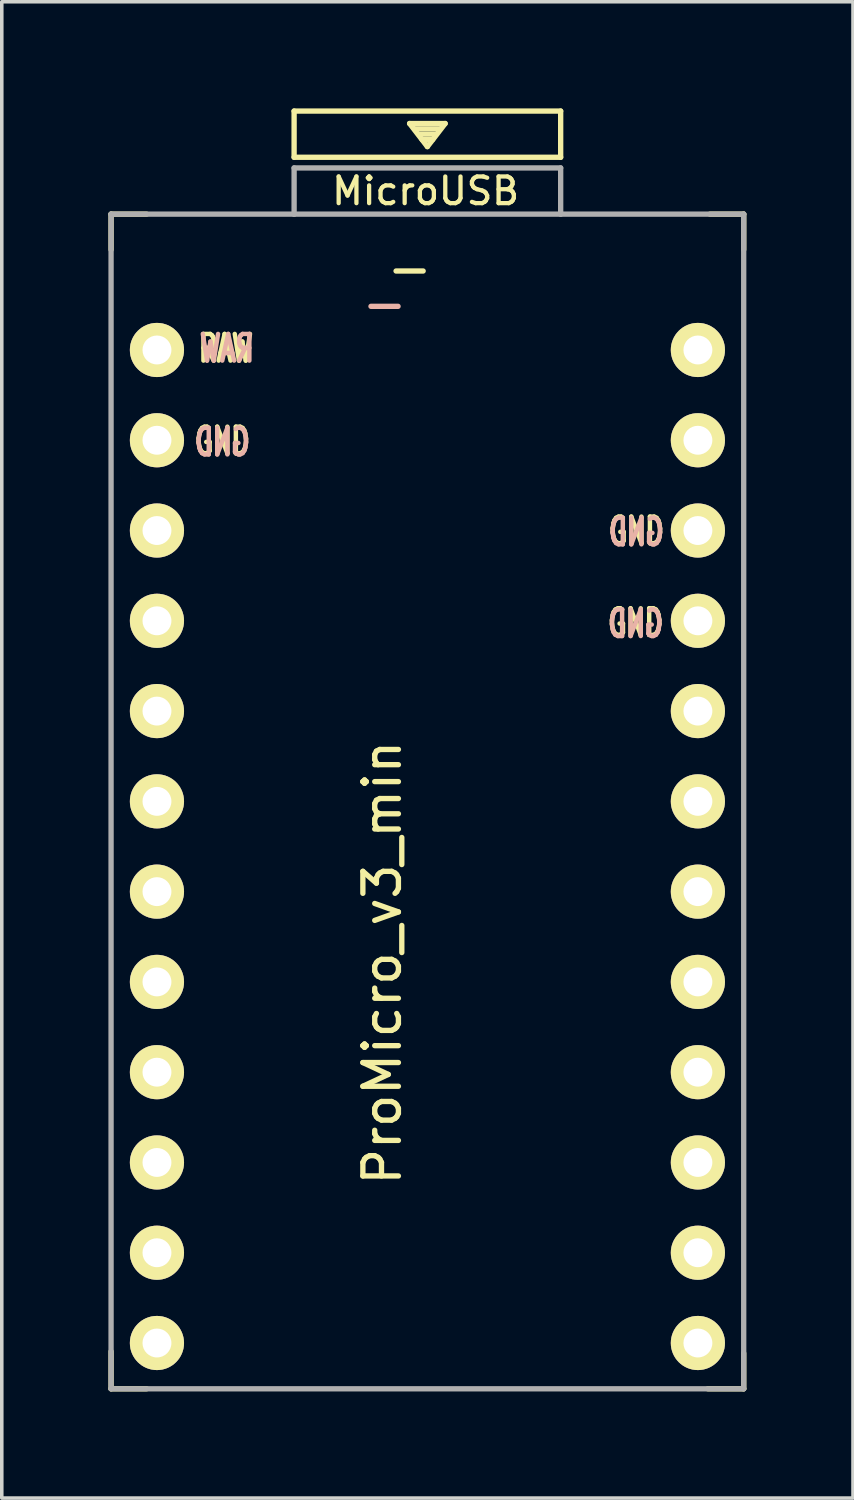
<source format=kicad_pcb>
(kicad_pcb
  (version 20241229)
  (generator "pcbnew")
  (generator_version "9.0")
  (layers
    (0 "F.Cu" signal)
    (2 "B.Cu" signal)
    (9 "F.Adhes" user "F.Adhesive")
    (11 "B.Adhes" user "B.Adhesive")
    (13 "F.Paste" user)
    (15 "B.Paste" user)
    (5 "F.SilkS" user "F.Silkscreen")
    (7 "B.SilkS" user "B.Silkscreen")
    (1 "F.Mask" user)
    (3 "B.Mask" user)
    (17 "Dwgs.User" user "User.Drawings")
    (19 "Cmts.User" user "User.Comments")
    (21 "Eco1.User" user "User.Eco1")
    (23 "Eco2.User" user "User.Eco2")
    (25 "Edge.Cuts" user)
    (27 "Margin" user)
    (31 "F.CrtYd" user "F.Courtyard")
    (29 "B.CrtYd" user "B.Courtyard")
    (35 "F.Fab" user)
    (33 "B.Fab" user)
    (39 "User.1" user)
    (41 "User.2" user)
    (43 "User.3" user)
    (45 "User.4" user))
  (footprint "ProMicro_v3_min"
    (layer "F.Cu")
    (at 8.975 21.275)
    (property "Reference" "ProMicro_v3_min" (at -1.27 2.762 270) (layer "F.SilkS") (effects (font (size 1 1) (thickness 0.15))))
    (attr through_hole)
    (fp_line (start -8.9 -18.3) (end -8.9 -17.3) (stroke (width 0.15) (type solid)) (layer "F.SilkS"))
    (fp_line (start -8.9 -18.3) (end -7.9 -18.3) (stroke (width 0.15) (type solid)) (layer "F.SilkS"))
    (fp_line (start -8.9 13.7) (end -8.9 14.75) (stroke (width 0.15) (type solid)) (layer "F.SilkS"))
    (fp_line (start -8.9 14.75) (end -7.9 14.75) (stroke (width 0.15) (type solid)) (layer "F.SilkS"))
    (fp_line (start -3.75 -21.2) (end -3.75 -19.9) (stroke (width 0.15) (type solid)) (layer "F.SilkS"))
    (fp_line (start -3.75 -19.9) (end 3.75 -19.9) (stroke (width 0.15) (type solid)) (layer "F.SilkS"))
    (fp_line (start -0.5 -20.85) (end 0.5 -20.85) (stroke (width 0.15) (type solid)) (layer "F.SilkS"))
    (fp_line (start -0.35 -20.7) (end 0.35 -20.7) (stroke (width 0.15) (type solid)) (layer "F.SilkS"))
    (fp_line (start -0.25 -20.55) (end 0.25 -20.55) (stroke (width 0.15) (type solid)) (layer "F.SilkS"))
    (fp_line (start -0.15 -20.4) (end 0.15 -20.4) (stroke (width 0.15) (type solid)) (layer "F.SilkS"))
    (fp_line (start 0 -20.2) (end -0.5 -20.85) (stroke (width 0.15) (type solid)) (layer "F.SilkS"))
    (fp_line (start 0.5 -20.85) (end 0 -20.2) (stroke (width 0.15) (type solid)) (layer "F.SilkS"))
    (fp_line (start 3.75 -21.2) (end -3.75 -21.2) (stroke (width 0.15) (type solid)) (layer "F.SilkS"))
    (fp_line (start 3.75 -19.9) (end 3.75 -21.2) (stroke (width 0.15) (type solid)) (layer "F.SilkS"))
    (fp_line (start 8.9 -18.3) (end 7.95 -18.3) (stroke (width 0.15) (type solid)) (layer "F.SilkS"))
    (fp_line (start 8.9 -18.3) (end 8.9 -17.3) (stroke (width 0.15) (type solid)) (layer "F.SilkS"))
    (fp_line (start 8.9 13.75) (end 8.9 14.75) (stroke (width 0.15) (type solid)) (layer "F.SilkS"))
    (fp_line (start 8.9 14.75) (end 7.89 14.75) (stroke (width 0.15) (type solid)) (layer "F.SilkS"))
    (fp_line (start -8.9 -18.3) (end -3.75 -18.3) (stroke (width 0.15) (type solid)) (layer "F.Fab"))
    (fp_line (start -8.9 14.75) (end -8.9 -18.3) (stroke (width 0.15) (type solid)) (layer "F.Fab"))
    (fp_line (start -3.75 -19.6) (end -3.75 -18.299) (stroke (width 0.15) (type solid)) (layer "F.Fab"))
    (fp_line (start -3.75 -19.6) (end 3.75 -19.6) (stroke (width 0.15) (type solid)) (layer "F.Fab"))
    (fp_line (start -3.75 -18.3) (end 3.75 -18.3) (stroke (width 0.15) (type solid)) (layer "F.Fab"))
    (fp_line (start 3.75 -19.6) (end 3.75 -18.3) (stroke (width 0.15) (type solid)) (layer "F.Fab"))
    (fp_line (start 3.76 -18.3) (end 8.9 -18.3) (stroke (width 0.15) (type solid)) (layer "F.Fab"))
    (fp_line (start 8.9 -18.3) (end 8.9 14.75) (stroke (width 0.15) (type solid)) (layer "F.Fab"))
    (fp_line (start 8.9 14.75) (end -8.9 14.75) (stroke (width 0.15) (type solid)) (layer "F.Fab"))
    (fp_text user "GND" (at 5.86 -6.8 0) (layer "F.SilkS") (effects (font (size 0.75 0.5) (thickness 0.125))))
    (fp_text user "_" (at -0.5 -17.25 0) (layer "F.SilkS") (effects (font (size 1 1) (thickness 0.15))))
    (fp_text user "GND" (at -5.77 -11.91 0) (layer "F.SilkS") (effects (font (size 0.75 0.5) (thickness 0.125))))
    (fp_text user "RAW" (at -5.67 -14.52 0) (layer "F.SilkS") (effects (font (size 0.75 0.5) (thickness 0.125))))
    (fp_text user "MicroUSB" (at -0.05 -18.95 0) (layer "F.SilkS") (effects (font (size 0.75 0.75) (thickness 0.12))))
    (fp_text user "GND" (at 5.88 -9.38 0) (layer "F.SilkS") (effects (font (size 0.75 0.5) (thickness 0.125))))
    (fp_text user "_" (at -1.206 -16.256 0) (layer "B.SilkS") (effects (font (size 1 1) (thickness 0.15)) (justify mirror)))
    (fp_text user "GND" (at -5.77 -11.88 0) (layer "B.SilkS") (effects (font (size 0.75 0.5) (thickness 0.125)) (justify mirror)))
    (fp_text user "GND" (at 5.88 -9.35 0) (layer "B.SilkS") (effects (font (size 0.75 0.5) (thickness 0.125)) (justify mirror)))
    (fp_text user "GND" (at 5.86 -6.77 0) (layer "B.SilkS") (effects (font (size 0.75 0.5) (thickness 0.125)) (justify mirror)))
    (fp_text user "RAW" (at -5.64 -14.52 0) (unlocked yes) (layer "B.SilkS") (effects (font (size 0.75 0.5) (thickness 0.125)) (justify mirror)))
    (pad "1" thru_hole circle (at 7.611 -14.478) (size 1.524 1.524) (drill 0.813) (layers "*.Cu" "B.Mask" "F.SilkS"))
    (pad "2" thru_hole circle (at 7.611 -11.938) (size 1.524 1.524) (drill 0.813) (layers "*.Cu" "B.Mask" "F.SilkS"))
    (pad "3" thru_hole circle (at 7.611 -9.398) (size 1.524 1.524) (drill 0.813) (layers "*.Cu" "B.Mask" "F.SilkS"))
    (pad "4" thru_hole circle (at 7.611 -6.858) (size 1.524 1.524) (drill 0.813) (layers "*.Cu" "B.Mask" "F.SilkS"))
    (pad "5" thru_hole circle (at 7.611 -4.318) (size 1.524 1.524) (drill 0.813) (layers "*.Cu" "B.Mask" "F.SilkS"))
    (pad "6" thru_hole circle (at 7.611 -1.778) (size 1.524 1.524) (drill 0.813) (layers "*.Cu" "B.Mask" "F.SilkS"))
    (pad "7" thru_hole circle (at 7.611 0.762) (size 1.524 1.524) (drill 0.813) (layers "*.Cu" "B.Mask" "F.SilkS"))
    (pad "8" thru_hole circle (at 7.611 3.302) (size 1.524 1.524) (drill 0.813) (layers "*.Cu" "B.Mask" "F.SilkS"))
    (pad "9" thru_hole circle (at 7.611 5.842) (size 1.524 1.524) (drill 0.813) (layers "*.Cu" "B.Mask" "F.SilkS"))
    (pad "10" thru_hole circle (at 7.611 8.382) (size 1.524 1.524) (drill 0.813) (layers "*.Cu" "B.Mask" "F.SilkS"))
    (pad "11" thru_hole circle (at 7.611 10.922) (size 1.524 1.524) (drill 0.813) (layers "*.Cu" "B.Mask" "F.SilkS"))
    (pad "12" thru_hole circle (at 7.611 13.462) (size 1.524 1.524) (drill 0.813) (layers "*.Cu" "B.Mask" "F.SilkS"))
    (pad "13" thru_hole circle (at -7.609 13.462) (size 1.524 1.524) (drill 0.813) (layers "*.Cu" "B.Mask" "F.SilkS"))
    (pad "14" thru_hole circle (at -7.609 10.922) (size 1.524 1.524) (drill 0.813) (layers "*.Cu" "B.Mask" "F.SilkS"))
    (pad "15" thru_hole circle (at -7.609 8.382) (size 1.524 1.524) (drill 0.813) (layers "*.Cu" "B.Mask" "F.SilkS"))
    (pad "16" thru_hole circle (at -7.609 5.842) (size 1.524 1.524) (drill 0.813) (layers "*.Cu" "B.Mask" "F.SilkS"))
    (pad "17" thru_hole circle (at -7.609 3.302) (size 1.524 1.524) (drill 0.813) (layers "*.Cu" "B.Mask" "F.SilkS"))
    (pad "18" thru_hole circle (at -7.609 0.762) (size 1.524 1.524) (drill 0.813) (layers "*.Cu" "B.Mask" "F.SilkS"))
    (pad "19" thru_hole circle (at -7.609 -1.778) (size 1.524 1.524) (drill 0.813) (layers "*.Cu" "B.Mask" "F.SilkS"))
    (pad "20" thru_hole circle (at -7.609 -4.318) (size 1.524 1.524) (drill 0.813) (layers "*.Cu" "B.Mask" "F.SilkS"))
    (pad "21" thru_hole circle (at -7.609 -6.858) (size 1.524 1.524) (drill 0.813) (layers "*.Cu" "B.Mask" "F.SilkS"))
    (pad "22" thru_hole circle (at -7.609 -9.398) (size 1.524 1.524) (drill 0.813) (layers "*.Cu" "B.Mask" "F.SilkS"))
    (pad "23" thru_hole circle (at -7.609 -11.938) (size 1.524 1.524) (drill 0.813) (layers "*.Cu" "B.Mask" "F.SilkS"))
    (pad "24" thru_hole circle (at -7.609 -14.478) (size 1.524 1.524) (drill 0.813) (layers "*.Cu" "B.Mask" "F.SilkS")))
  (gr_rect
    (start -3 -3)
    (end 20.95 39.1)
    (stroke (width 0.1) (type default))
    (fill no)
    (layer "Edge.Cuts")))
</source>
